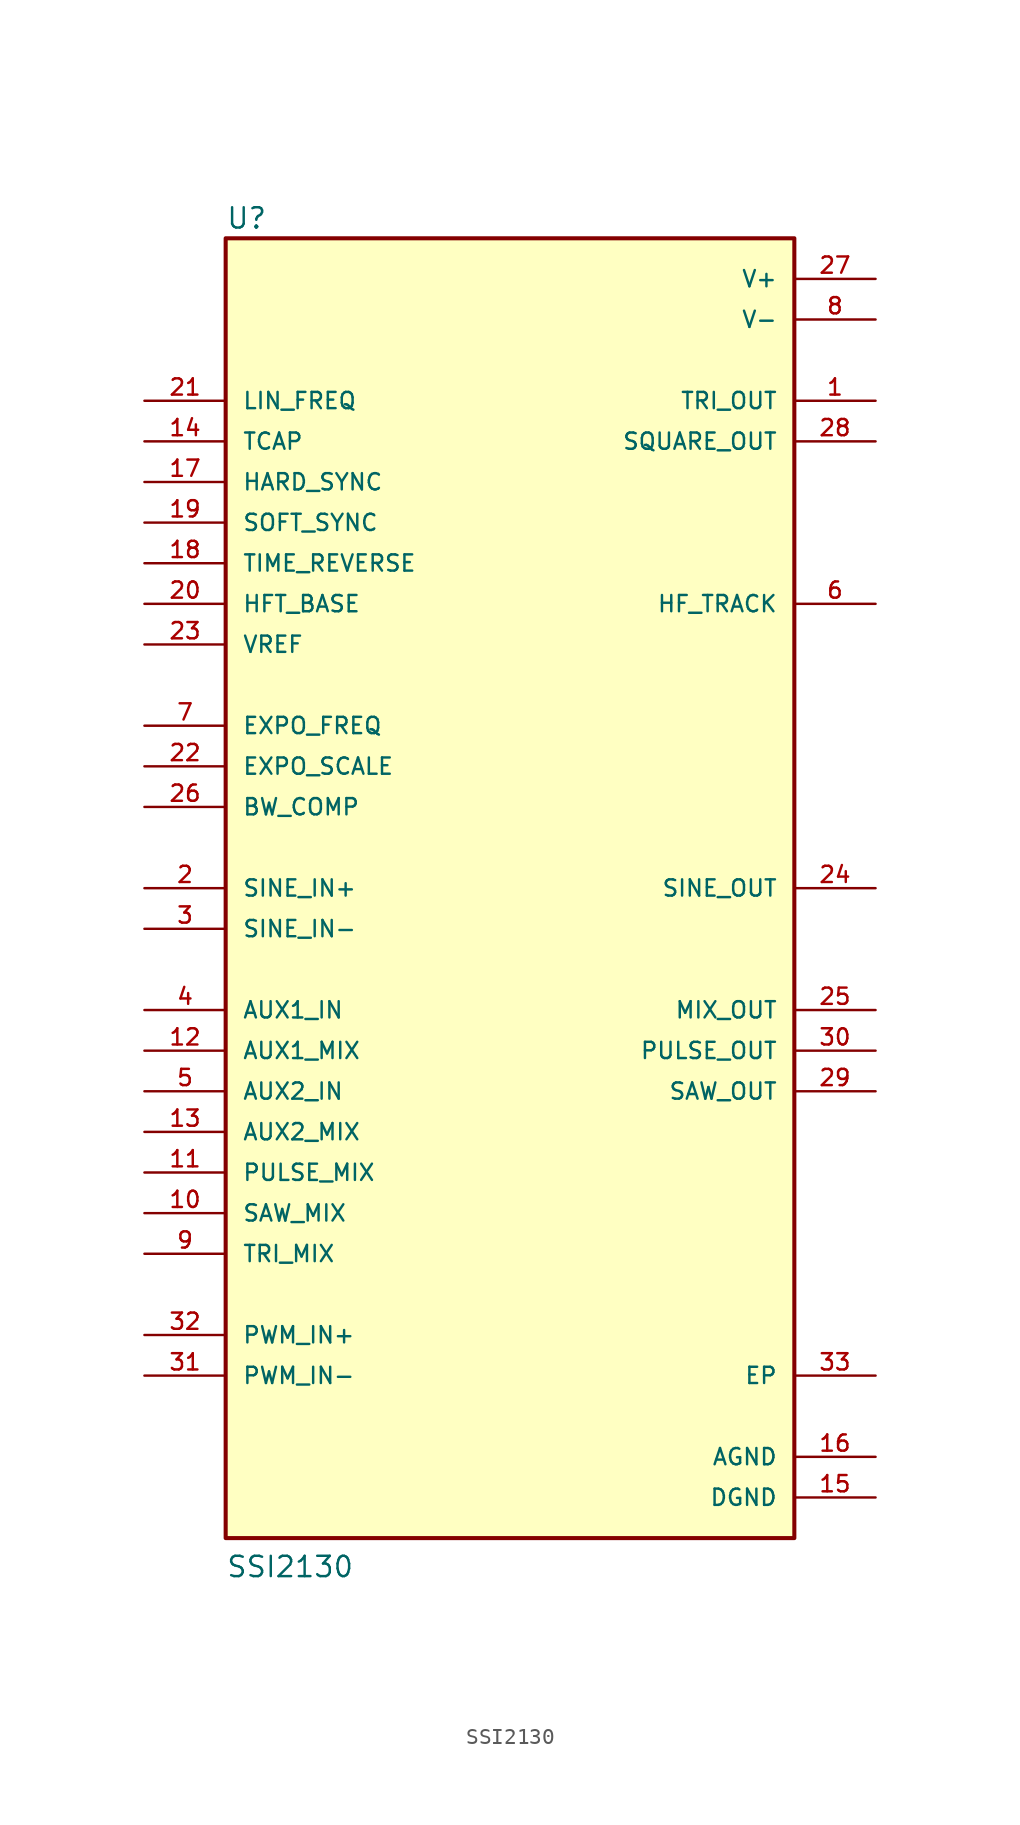
<source format=kicad_sym>
(kicad_symbol_lib
  (version 20211014)
  (generator kicad_symbol_editor)
  (symbol "SSI2130"
    (pin_names
      (offset 1.016))
    (property "Reference" "U"
      (at -17.78 41.148 0.0)
      (effects (font (size 1.27 1.27)) (justify bottom left)))
    (property "Value" "SSI2130"
      (at -17.78 -43.18 0.0)
      (effects (font (size 1.27 1.27)) (justify bottom left)))
    (symbol "SSI2130_0_0"
      (rectangle (start -17.78 -40.64) (end 17.78 40.64) (stroke (width 0.254)) (fill (type background)))
      (pin power_in line (at 22.86 38.1 180.0) (length 5.08) (name "V+" (effects (font (size 1.016 1.016)))) (number "27" (effects (font (size 1.016 1.016)))))
      (pin power_in line (at 22.86 35.56 180.0) (length 5.08) (name "V-" (effects (font (size 1.016 1.016)))) (number "8" (effects (font (size 1.016 1.016)))))
      (pin power_in line (at 22.86 -35.56 180.0) (length 5.08) (name "AGND" (effects (font (size 1.016 1.016)))) (number "16" (effects (font (size 1.016 1.016)))))
      (pin power_in line (at 22.86 -38.1 180.0) (length 5.08) (name "DGND" (effects (font (size 1.016 1.016)))) (number "15" (effects (font (size 1.016 1.016)))))
      (pin input line (at -22.86 30.48 0) (length 5.08) (name "LIN_FREQ" (effects (font (size 1.016 1.016)))) (number "21" (effects (font (size 1.016 1.016)))))
      (pin input line (at -22.86 27.94 0) (length 5.08) (name "TCAP" (effects (font (size 1.016 1.016)))) (number "14" (effects (font (size 1.016 1.016)))))
      (pin input line (at -22.86 25.4 0) (length 5.08) (name "HARD_SYNC" (effects (font (size 1.016 1.016)))) (number "17" (effects (font (size 1.016 1.016)))))
      (pin input line (at -22.86 22.86 0) (length 5.08) (name "SOFT_SYNC" (effects (font (size 1.016 1.016)))) (number "19" (effects (font (size 1.016 1.016)))))
      (pin input line (at -22.86 20.32 0) (length 5.08) (name "TIME_REVERSE" (effects (font (size 1.016 1.016)))) (number "18" (effects (font (size 1.016 1.016)))))
      (pin input line (at -22.86 10.16 0) (length 5.08) (name "EXPO_FREQ" (effects (font (size 1.016 1.016)))) (number "7" (effects (font (size 1.016 1.016)))))
      (pin input line (at -22.86 7.62 0) (length 5.08) (name "EXPO_SCALE" (effects (font (size 1.016 1.016)))) (number "22" (effects (font (size 1.016 1.016)))))
      (pin input line (at -22.86 5.08 0) (length 5.08) (name "BW_COMP" (effects (font (size 1.016 1.016)))) (number "26" (effects (font (size 1.016 1.016)))))
      (pin input line (at -22.86 0.0 0) (length 5.08) (name "SINE_IN+" (effects (font (size 1.016 1.016)))) (number "2" (effects (font (size 1.016 1.016)))))
      (pin input line (at -22.86 -2.54 0) (length 5.08) (name "SINE_IN-" (effects (font (size 1.016 1.016)))) (number "3" (effects (font (size 1.016 1.016)))))
      (pin output line (at 22.86 0.0 180.0) (length 5.08) (name "SINE_OUT" (effects (font (size 1.016 1.016)))) (number "24" (effects (font (size 1.016 1.016)))))
      (pin input line (at -22.86 -7.62 0) (length 5.08) (name "AUX1_IN" (effects (font (size 1.016 1.016)))) (number "4" (effects (font (size 1.016 1.016)))))
      (pin input line (at -22.86 -12.7 0) (length 5.08) (name "AUX2_IN" (effects (font (size 1.016 1.016)))) (number "5" (effects (font (size 1.016 1.016)))))
      (pin input line (at -22.86 -15.24 0) (length 5.08) (name "AUX2_MIX" (effects (font (size 1.016 1.016)))) (number "13" (effects (font (size 1.016 1.016)))))
      (pin input line (at -22.86 -10.16 0) (length 5.08) (name "AUX1_MIX" (effects (font (size 1.016 1.016)))) (number "12" (effects (font (size 1.016 1.016)))))
      (pin input line (at -22.86 -17.78 0) (length 5.08) (name "PULSE_MIX" (effects (font (size 1.016 1.016)))) (number "11" (effects (font (size 1.016 1.016)))))
      (pin input line (at -22.86 -20.32 0) (length 5.08) (name "SAW_MIX" (effects (font (size 1.016 1.016)))) (number "10" (effects (font (size 1.016 1.016)))))
      (pin input line (at -22.86 -22.86 0) (length 5.08) (name "TRI_MIX" (effects (font (size 1.016 1.016)))) (number "9" (effects (font (size 1.016 1.016)))))
      (pin input line (at -22.86 15.24 0) (length 5.08) (name "VREF" (effects (font (size 1.016 1.016)))) (number "23" (effects (font (size 1.016 1.016)))))
      (pin output line (at 22.86 17.78 180.0) (length 5.08) (name "HF_TRACK" (effects (font (size 1.016 1.016)))) (number "6" (effects (font (size 1.016 1.016)))))
      (pin input line (at -22.86 17.78 0) (length 5.08) (name "HFT_BASE" (effects (font (size 1.016 1.016)))) (number "20" (effects (font (size 1.016 1.016)))))
      (pin output line (at 22.86 30.48 180.0) (length 5.08) (name "TRI_OUT" (effects (font (size 1.016 1.016)))) (number "1" (effects (font (size 1.016 1.016)))))
      (pin output line (at 22.86 27.94 180.0) (length 5.08) (name "SQUARE_OUT" (effects (font (size 1.016 1.016)))) (number "28" (effects (font (size 1.016 1.016)))))
      (pin output line (at 22.86 -12.7 180.0) (length 5.08) (name "SAW_OUT" (effects (font (size 1.016 1.016)))) (number "29" (effects (font (size 1.016 1.016)))))
      (pin output line (at 22.86 -10.16 180.0) (length 5.08) (name "PULSE_OUT" (effects (font (size 1.016 1.016)))) (number "30" (effects (font (size 1.016 1.016)))))
      (pin output line (at 22.86 -7.62 180.0) (length 5.08) (name "MIX_OUT" (effects (font (size 1.016 1.016)))) (number "25" (effects (font (size 1.016 1.016)))))
      (pin input line (at -22.86 -27.94 0) (length 5.08) (name "PWM_IN+" (effects (font (size 1.016 1.016)))) (number "32" (effects (font (size 1.016 1.016)))))
      (pin input line (at -22.86 -30.48 0) (length 5.08) (name "PWM_IN-" (effects (font (size 1.016 1.016)))) (number "31" (effects (font (size 1.016 1.016)))))
      (pin passive line (at 22.86 -30.48 180.0) (length 5.08) (name "EP" (effects (font (size 1.016 1.016)))) (number "33" (effects (font (size 1.016 1.016))))))))
</source>
